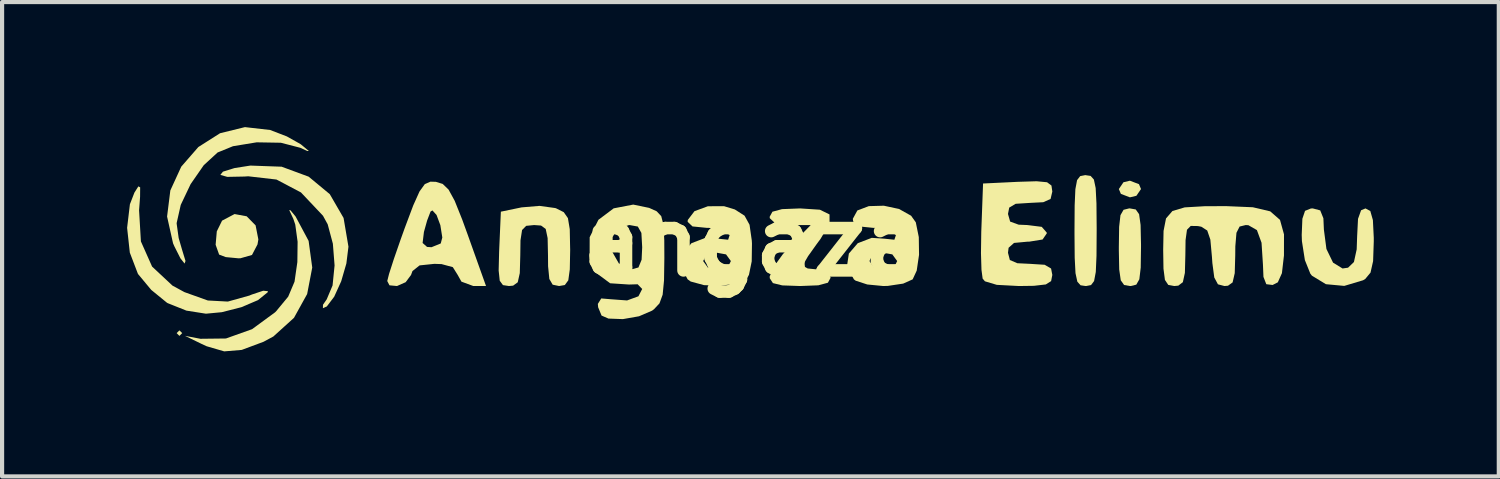
<source format=kicad_pcb>
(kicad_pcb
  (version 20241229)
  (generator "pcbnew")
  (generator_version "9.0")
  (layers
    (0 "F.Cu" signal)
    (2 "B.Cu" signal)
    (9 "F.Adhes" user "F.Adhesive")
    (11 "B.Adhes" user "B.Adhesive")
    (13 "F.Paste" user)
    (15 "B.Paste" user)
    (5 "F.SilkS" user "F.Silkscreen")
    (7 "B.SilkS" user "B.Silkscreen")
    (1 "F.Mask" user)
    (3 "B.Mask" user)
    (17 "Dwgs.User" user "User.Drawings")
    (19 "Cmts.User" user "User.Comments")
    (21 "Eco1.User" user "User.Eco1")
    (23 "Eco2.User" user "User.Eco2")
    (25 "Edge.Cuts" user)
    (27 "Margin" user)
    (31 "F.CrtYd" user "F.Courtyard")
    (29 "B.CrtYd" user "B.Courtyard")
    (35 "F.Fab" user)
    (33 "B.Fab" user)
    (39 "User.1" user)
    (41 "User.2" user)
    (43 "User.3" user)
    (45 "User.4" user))
  (footprint "angaza"
    (layer "F.Cu")
    (at 15.019 2.749)
    (property "Reference" "angaza" (at 0 0 0) (layer "F.SilkS") (effects (font (size 1.524 1.524) (thickness 0.3))))
    (attr board_only exclude_from_pos_files exclude_from_bom)
    (fp_poly (pts (xy -13.697 2.194) (xy -13.764 2.261) (xy -13.83 2.194) (xy -13.764 2.128)) (stroke (width 0) (type solid)) (fill yes) (layer "F.SilkS"))
    (fp_poly (pts (xy 9.26 -1.38) (xy 9.309 -1.263) (xy 9.198 -1.101) (xy 9.043 -1.064) (xy 8.826 -1.147) (xy 8.777 -1.263) (xy 8.888 -1.426) (xy 9.043 -1.463)) (stroke (width 0) (type solid)) (fill yes) (layer "F.SilkS"))
    (fp_poly (pts (xy -12.15 -0.609) (xy -11.936 -0.391) (xy -11.87 -0.054) (xy -11.89 0.065) (xy -12.023 0.319) (xy -12.3 0.398) (xy -12.348 0.399) (xy -12.652 0.37) (xy -12.811 0.31) (xy -12.895 0.074) (xy -12.867 -0.248) (xy -12.741 -0.504) (xy -12.74 -0.505) (xy -12.441 -0.663)) (stroke (width 0) (type solid)) (fill yes) (layer "F.SilkS"))
    (fp_poly (pts (xy 9.183 -0.773) (xy 9.263 -0.66) (xy 9.299 -0.401) (xy 9.309 0.059) (xy 9.309 0.133) (xy 9.302 0.622) (xy 9.269 0.902) (xy 9.196 1.031) (xy 9.064 1.064) (xy 9.043 1.064) (xy 8.903 1.039) (xy 8.823 0.926) (xy 8.786 0.667) (xy 8.777 0.207) (xy 8.777 0.133) (xy 8.784 -0.356) (xy 8.816 -0.636) (xy 8.89 -0.765) (xy 9.022 -0.798) (xy 9.043 -0.798)) (stroke (width 0) (type solid)) (fill yes) (layer "F.SilkS"))
    (fp_poly (pts (xy 8.1 -1.578) (xy 8.178 -1.491) (xy 8.221 -1.287) (xy 8.24 -0.919) (xy 8.245 -0.337) (xy 8.245 -0.266) (xy 8.241 0.339) (xy 8.224 0.727) (xy 8.183 0.945) (xy 8.11 1.041) (xy 7.993 1.064) (xy 7.979 1.064) (xy 7.858 1.046) (xy 7.781 0.959) (xy 7.737 0.755) (xy 7.718 0.387) (xy 7.713 -0.195) (xy 7.713 -0.266) (xy 7.717 -0.871) (xy 7.734 -1.259) (xy 7.775 -1.477) (xy 7.849 -1.573) (xy 7.965 -1.596) (xy 7.979 -1.596)) (stroke (width 0) (type solid)) (fill yes) (layer "F.SilkS"))
    (fp_poly (pts (xy -11.097 -0.751) (xy -10.976 -0.603) (xy -10.664 -0.019) (xy -10.577 0.621) (xy -10.699 1.256) (xy -11.015 1.827) (xy -11.51 2.275) (xy -11.746 2.402) (xy -12.269 2.597) (xy -12.689 2.632) (xy -13.111 2.509) (xy -13.232 2.453) (xy -13.631 2.259) (xy -13.26 2.33) (xy -12.648 2.323) (xy -12.022 2.1) (xy -11.469 1.695) (xy -11.443 1.669) (xy -11.154 1.319) (xy -11.002 0.96) (xy -10.934 0.489) (xy -10.928 0.002) (xy -10.984 -0.409) (xy -11.03 -0.546) (xy -11.13 -0.76)) (stroke (width 0) (type solid)) (fill yes) (layer "F.SilkS"))
    (fp_poly (pts (xy -11.311 -1.799) (xy -10.663 -1.56) (xy -10.156 -1.14) (xy -9.825 -0.569) (xy -9.708 0.12) (xy -9.758 0.523) (xy -9.882 0.95) (xy -10.05 1.32) (xy -10.227 1.554) (xy -10.321 1.596) (xy -10.319 1.513) (xy -10.23 1.384) (xy -10.089 1.05) (xy -10.041 0.57) (xy -10.082 0.048) (xy -10.206 -0.416) (xy -10.319 -0.622) (xy -10.847 -1.181) (xy -11.435 -1.491) (xy -12.113 -1.569) (xy -12.206 -1.563) (xy -12.615 -1.555) (xy -12.782 -1.602) (xy -12.72 -1.68) (xy -12.443 -1.766) (xy -12.062 -1.826)) (stroke (width 0) (type solid)) (fill yes) (layer "F.SilkS"))
    (fp_poly (pts (xy -14.706 -1.304) (xy -14.708 -1.076) (xy -14.732 -0.753) (xy -14.688 -0.006) (xy -14.42 0.597) (xy -13.931 1.054) (xy -13.644 1.21) (xy -13.083 1.411) (xy -12.602 1.437) (xy -12.086 1.293) (xy -12.026 1.268) (xy -11.753 1.177) (xy -11.64 1.188) (xy -11.647 1.215) (xy -11.878 1.402) (xy -12.277 1.572) (xy -12.747 1.692) (xy -13.128 1.728) (xy -13.597 1.654) (xy -14.045 1.475) (xy -14.064 1.464) (xy -14.44 1.157) (xy -14.753 0.781) (xy -14.762 0.766) (xy -14.954 0.263) (xy -15.019 -0.332) (xy -14.952 -0.898) (xy -14.844 -1.177) (xy -14.749 -1.327)) (stroke (width 0) (type solid)) (fill yes) (layer "F.SilkS"))
    (fp_poly (pts (xy -11.587 -2.68) (xy -11.187 -2.526) (xy -10.861 -2.343) (xy -10.836 -2.324) (xy -10.658 -2.176) (xy -10.696 -2.175) (xy -10.863 -2.253) (xy -11.33 -2.374) (xy -11.91 -2.384) (xy -12.478 -2.291) (xy -12.848 -2.14) (xy -13.18 -1.835) (xy -13.495 -1.381) (xy -13.732 -0.883) (xy -13.83 -0.448) (xy -13.83 -0.432) (xy -13.782 -0.088) (xy -13.701 0.191) (xy -13.618 0.463) (xy -13.64 0.525) (xy -13.74 0.399) (xy -13.889 0.104) (xy -13.917 0.038) (xy -14.06 -0.603) (xy -13.982 -1.229) (xy -13.72 -1.8) (xy -13.31 -2.271) (xy -12.789 -2.602) (xy -12.192 -2.749)) (stroke (width 0) (type solid)) (fill yes) (layer "F.SilkS"))
    (fp_poly (pts (xy 1.604 -0.767) (xy 1.835 -0.654) (xy 1.836 -0.431) (xy 1.62 -0.068) (xy 1.529 0.055) (xy 1.321 0.347) (xy 1.205 0.547) (xy 1.197 0.578) (xy 1.311 0.643) (xy 1.529 0.665) (xy 1.797 0.734) (xy 1.862 0.864) (xy 1.796 0.985) (xy 1.566 1.047) (xy 1.13 1.064) (xy 0.701 1.049) (xy 0.477 0.994) (xy 0.402 0.879) (xy 0.399 0.837) (xy 0.487 0.617) (xy 0.712 0.304) (xy 0.891 0.105) (xy 1.384 -0.399) (xy 0.891 -0.399) (xy 0.537 -0.437) (xy 0.402 -0.563) (xy 0.399 -0.598) (xy 0.465 -0.719) (xy 0.695 -0.781) (xy 1.13 -0.798)) (stroke (width 0) (type solid)) (fill yes) (layer "F.SilkS"))
    (fp_poly (pts (xy 14.811 -0.736) (xy 14.873 -0.518) (xy 14.894 -0.094) (xy 14.894 -0.005) (xy 14.878 0.466) (xy 14.816 0.742) (xy 14.689 0.895) (xy 14.637 0.926) (xy 14.186 1.061) (xy 13.745 1.02) (xy 13.41 0.816) (xy 13.372 0.768) (xy 13.241 0.442) (xy 13.17 -0.013) (xy 13.165 -0.163) (xy 13.181 -0.55) (xy 13.245 -0.74) (xy 13.387 -0.797) (xy 13.431 -0.798) (xy 13.609 -0.751) (xy 13.685 -0.562) (xy 13.697 -0.291) (xy 13.758 0.175) (xy 13.917 0.503) (xy 14.145 0.643) (xy 14.277 0.624) (xy 14.418 0.488) (xy 14.484 0.185) (xy 14.495 -0.129) (xy 14.516 -0.548) (xy 14.59 -0.754) (xy 14.695 -0.798)) (stroke (width 0) (type solid)) (fill yes) (layer "F.SilkS"))
    (fp_poly (pts (xy -4.747 -0.807) (xy -4.723 -0.799) (xy -4.542 -0.708) (xy -4.442 -0.565) (xy -4.398 -0.3) (xy -4.389 0.158) (xy -4.388 0.196) (xy -4.397 0.665) (xy -4.433 0.927) (xy -4.516 1.04) (xy -4.654 1.064) (xy -4.808 1.032) (xy -4.888 0.895) (xy -4.918 0.589) (xy -4.92 0.332) (xy -4.929 -0.086) (xy -4.975 -0.305) (xy -5.087 -0.387) (xy -5.253 -0.399) (xy -5.443 -0.38) (xy -5.542 -0.28) (xy -5.58 -0.033) (xy -5.585 0.332) (xy -5.597 0.755) (xy -5.646 0.974) (xy -5.757 1.055) (xy -5.857 1.064) (xy -6.001 1.042) (xy -6.078 0.937) (xy -6.104 0.692) (xy -6.093 0.247) (xy -6.09 0.172) (xy -6.051 -0.72) (xy -5.554 -0.823) (xy -5.124 -0.859)) (stroke (width 0) (type solid)) (fill yes) (layer "F.SilkS"))
    (fp_poly (pts (xy -0.437 -0.773) (xy -0.204 -0.624) (xy -0.084 -0.406) (xy -0.03 -0.027) (xy -0.026 0.045) (xy -0.032 0.472) (xy -0.098 0.795) (xy -0.142 0.875) (xy -0.383 1) (xy -0.766 1.057) (xy -1.176 1.043) (xy -1.496 0.956) (xy -1.569 0.904) (xy -1.736 0.595) (xy -1.717 0.465) (xy -1.197 0.465) (xy -1.081 0.626) (xy -0.864 0.665) (xy -0.597 0.596) (xy -0.532 0.465) (xy -0.648 0.305) (xy -0.864 0.266) (xy -1.132 0.335) (xy -1.197 0.465) (xy -1.717 0.465) (xy -1.69 0.285) (xy -1.477 0.036) (xy -1.142 -0.092) (xy -0.839 -0.072) (xy -0.598 -0.047) (xy -0.563 -0.154) (xy -0.565 -0.16) (xy -0.728 -0.278) (xy -1.062 -0.332) (xy -1.113 -0.332) (xy -1.453 -0.366) (xy -1.569 -0.476) (xy -1.566 -0.521) (xy -1.405 -0.732) (xy -1.084 -0.85) (xy -0.697 -0.852)) (stroke (width 0) (type solid)) (fill yes) (layer "F.SilkS"))
    (fp_poly (pts (xy 3.503 -0.785) (xy 3.792 -0.623) (xy 3.905 -0.465) (xy 3.977 -0.11) (xy 3.983 0.315) (xy 3.927 0.695) (xy 3.83 0.904) (xy 3.603 1.006) (xy 3.235 1.061) (xy 3.125 1.064) (xy 2.741 1.027) (xy 2.462 0.936) (xy 2.42 0.904) (xy 2.253 0.595) (xy 2.272 0.465) (xy 2.793 0.465) (xy 2.908 0.626) (xy 3.125 0.665) (xy 3.393 0.596) (xy 3.458 0.465) (xy 3.342 0.305) (xy 3.125 0.266) (xy 2.858 0.335) (xy 2.793 0.465) (xy 2.272 0.465) (xy 2.299 0.285) (xy 2.513 0.036) (xy 2.848 -0.092) (xy 3.151 -0.072) (xy 3.391 -0.047) (xy 3.427 -0.154) (xy 3.425 -0.16) (xy 3.261 -0.278) (xy 2.929 -0.332) (xy 2.88 -0.332) (xy 2.537 -0.367) (xy 2.402 -0.486) (xy 2.394 -0.549) (xy 2.503 -0.749) (xy 2.778 -0.853) (xy 3.138 -0.863)) (stroke (width 0) (type solid)) (fill yes) (layer "F.SilkS"))
    (fp_poly (pts (xy 7.055 -1.426) (xy 7.16 -1.347) (xy 7.181 -1.203) (xy 7.139 -1.025) (xy 6.964 -0.947) (xy 6.649 -0.931) (xy 6.301 -0.909) (xy 6.147 -0.818) (xy 6.117 -0.665) (xy 6.169 -0.482) (xy 6.373 -0.408) (xy 6.583 -0.399) (xy 6.927 -0.356) (xy 7.047 -0.218) (xy 7.048 -0.199) (xy 6.947 -0.052) (xy 6.625 -0.000361) (xy 6.583 0) (xy 6.262 0.03) (xy 6.132 0.146) (xy 6.117 0.266) (xy 6.162 0.44) (xy 6.342 0.517) (xy 6.649 0.532) (xy 6.997 0.554) (xy 7.151 0.644) (xy 7.181 0.798) (xy 7.152 0.946) (xy 7.025 1.026) (xy 6.738 1.059) (xy 6.379 1.064) (xy 5.849 1.036) (xy 5.564 0.951) (xy 5.509 0.886) (xy 5.481 0.675) (xy 5.469 0.276) (xy 5.476 -0.232) (xy 5.48 -0.344) (xy 5.519 -1.396) (xy 6.35 -1.436) (xy 6.805 -1.45)) (stroke (width 0) (type solid)) (fill yes) (layer "F.SilkS"))
    (fp_poly (pts (xy -7.611 -1.436) (xy -7.447 -1.386) (xy -7.306 -1.25) (xy -7.159 -0.981) (xy -6.979 -0.532) (xy -6.846 -0.166) (xy -6.407 1.064) (xy -6.712 1.064) (xy -6.997 0.959) (xy -7.087 0.798) (xy -7.204 0.611) (xy -7.474 0.538) (xy -7.647 0.532) (xy -8.001 0.569) (xy -8.172 0.705) (xy -8.206 0.798) (xy -8.335 0.972) (xy -8.543 1.064) (xy -8.724 1.047) (xy -8.777 0.944) (xy -8.734 0.774) (xy -8.619 0.417) (xy -8.485 0.031) (xy -7.929 0.031) (xy -7.822 0.126) (xy -7.716 0.133) (xy -7.494 0.043) (xy -7.456 -0.1) (xy -7.503 -0.396) (xy -7.594 -0.64) (xy -7.693 -0.75) (xy -7.738 -0.723) (xy -7.82 -0.509) (xy -7.897 -0.233) (xy -7.929 0.031) (xy -8.485 0.031) (xy -8.452 -0.064) (xy -8.358 -0.326) (xy -8.154 -0.869) (xy -8.003 -1.205) (xy -7.876 -1.381) (xy -7.741 -1.44)) (stroke (width 0) (type solid)) (fill yes) (layer "F.SilkS"))
    (fp_poly (pts (xy -2.493 -0.811) (xy -2.312 -0.729) (xy -2.203 -0.613) (xy -2.149 -0.403) (xy -2.13 -0.034) (xy -2.128 0.388) (xy -2.136 0.93) (xy -2.169 1.272) (xy -2.245 1.48) (xy -2.377 1.621) (xy -2.423 1.655) (xy -2.736 1.79) (xy -3.123 1.858) (xy -3.469 1.845) (xy -3.635 1.773) (xy -3.717 1.573) (xy -3.724 1.493) (xy -3.642 1.362) (xy -3.402 1.382) (xy -3.023 1.41) (xy -2.75 1.31) (xy -2.66 1.135) (xy -2.769 1.022) (xy -2.977 1.028) (xy -3.429 0.998) (xy -3.769 0.746) (xy -3.922 0.405) (xy -3.921 0.259) (xy -3.37 0.259) (xy -3.205 0.547) (xy -2.926 0.665) (xy -2.921 0.665) (xy -2.75 0.619) (xy -2.674 0.434) (xy -2.66 0.133) (xy -2.679 -0.21) (xy -2.765 -0.363) (xy -2.962 -0.399) (xy -2.977 -0.399) (xy -3.267 -0.299) (xy -3.369 -0.111) (xy -3.37 0.259) (xy -3.921 0.259) (xy -3.92 -0.108) (xy -3.71 -0.525) (xy -3.344 -0.8) (xy -2.875 -0.89)) (stroke (width 0) (type solid)) (fill yes) (layer "F.SilkS"))
    (fp_poly (pts (xy 11.992 -0.826) (xy 12.409 -0.728) (xy 12.644 -0.523) (xy 12.74 -0.176) (xy 12.739 0.331) (xy 12.69 0.756) (xy 12.592 0.975) (xy 12.467 1.039) (xy 12.315 1.02) (xy 12.247 0.845) (xy 12.235 0.553) (xy 12.201 0.026) (xy 12.09 -0.278) (xy 11.886 -0.395) (xy 11.821 -0.399) (xy 11.675 -0.363) (xy 11.599 -0.213) (xy 11.572 0.112) (xy 11.57 0.332) (xy 11.558 0.756) (xy 11.507 0.977) (xy 11.396 1.057) (xy 11.311 1.064) (xy 11.155 1.023) (xy 11.067 0.86) (xy 11.021 0.512) (xy 11.011 0.366) (xy 10.973 -0.049) (xy 10.898 -0.268) (xy 10.756 -0.359) (xy 10.672 -0.375) (xy 10.502 -0.378) (xy 10.412 -0.286) (xy 10.378 -0.038) (xy 10.373 0.323) (xy 10.362 0.749) (xy 10.313 0.972) (xy 10.204 1.055) (xy 10.107 1.064) (xy 9.963 1.037) (xy 9.883 0.918) (xy 9.848 0.647) (xy 9.841 0.195) (xy 9.85 -0.258) (xy 9.909 -0.558) (xy 10.063 -0.736) (xy 10.357 -0.823) (xy 10.837 -0.851) (xy 11.353 -0.853)) (stroke (width 0) (type solid)) (fill yes) (layer "F.SilkS")))
  (gr_rect
    (start -3 -3)
    (end 32.913 8.381)
    (stroke (width 0.1) (type default))
    (fill no)
    (layer "Edge.Cuts")))
</source>
